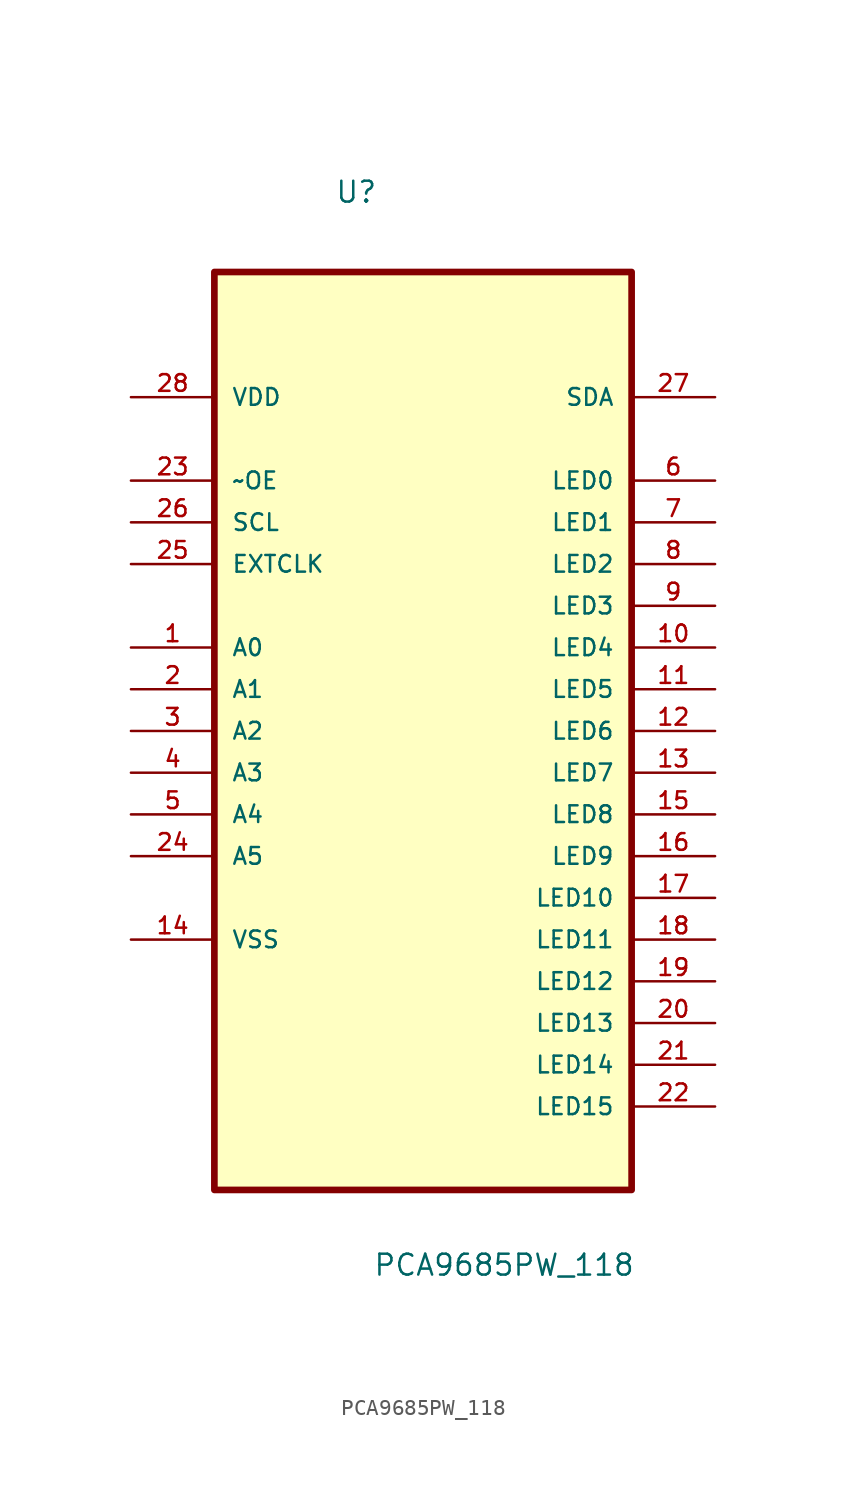
<source format=kicad_sym>
(kicad_symbol_lib
  (version 20211014)
  (generator kicad_symbol_editor)
  (symbol "PCA9685PW_118"
    (pin_names
      (offset 1.016))
    (property "Reference" "U"
      (at -5.375 29.523 0.0)
      (effects (font (size 1.27 1.27)) (justify bottom left)))
    (property "Value" "PCA9685PW_118"
      (at -3.053 -35.795 0.0)
      (effects (font (size 1.27 1.27)) (justify bottom left)))
    (symbol "PCA9685PW_118_0_0"
      (rectangle (start -12.7 -30.48) (end 12.7 25.4) (stroke (width 0.406)) (fill (type background)))
      (pin power_in line (at -17.78 17.78 0) (length 5.08) (name "VDD" (effects (font (size 1.016 1.016)))) (number "28" (effects (font (size 1.016 1.016)))))
      (pin input line (at -17.78 12.7 0) (length 5.08) (name "~OE" (effects (font (size 1.016 1.016)))) (number "23" (effects (font (size 1.016 1.016)))))
      (pin input line (at -17.78 10.16 0) (length 5.08) (name "SCL" (effects (font (size 1.016 1.016)))) (number "26" (effects (font (size 1.016 1.016)))))
      (pin input line (at -17.78 7.62 0) (length 5.08) (name "EXTCLK" (effects (font (size 1.016 1.016)))) (number "25" (effects (font (size 1.016 1.016)))))
      (pin input line (at -17.78 2.54 0) (length 5.08) (name "A0" (effects (font (size 1.016 1.016)))) (number "1" (effects (font (size 1.016 1.016)))))
      (pin input line (at -17.78 0.0 0) (length 5.08) (name "A1" (effects (font (size 1.016 1.016)))) (number "2" (effects (font (size 1.016 1.016)))))
      (pin input line (at -17.78 -2.54 0) (length 5.08) (name "A2" (effects (font (size 1.016 1.016)))) (number "3" (effects (font (size 1.016 1.016)))))
      (pin input line (at -17.78 -5.08 0) (length 5.08) (name "A3" (effects (font (size 1.016 1.016)))) (number "4" (effects (font (size 1.016 1.016)))))
      (pin input line (at -17.78 -7.62 0) (length 5.08) (name "A4" (effects (font (size 1.016 1.016)))) (number "5" (effects (font (size 1.016 1.016)))))
      (pin input line (at -17.78 -10.16 0) (length 5.08) (name "A5" (effects (font (size 1.016 1.016)))) (number "24" (effects (font (size 1.016 1.016)))))
      (pin passive line (at -17.78 -15.24 0) (length 5.08) (name "VSS" (effects (font (size 1.016 1.016)))) (number "14" (effects (font (size 1.016 1.016)))))
      (pin bidirectional line (at 17.78 17.78 180.0) (length 5.08) (name "SDA" (effects (font (size 1.016 1.016)))) (number "27" (effects (font (size 1.016 1.016)))))
      (pin output line (at 17.78 12.7 180.0) (length 5.08) (name "LED0" (effects (font (size 1.016 1.016)))) (number "6" (effects (font (size 1.016 1.016)))))
      (pin output line (at 17.78 10.16 180.0) (length 5.08) (name "LED1" (effects (font (size 1.016 1.016)))) (number "7" (effects (font (size 1.016 1.016)))))
      (pin output line (at 17.78 7.62 180.0) (length 5.08) (name "LED2" (effects (font (size 1.016 1.016)))) (number "8" (effects (font (size 1.016 1.016)))))
      (pin output line (at 17.78 5.08 180.0) (length 5.08) (name "LED3" (effects (font (size 1.016 1.016)))) (number "9" (effects (font (size 1.016 1.016)))))
      (pin output line (at 17.78 2.54 180.0) (length 5.08) (name "LED4" (effects (font (size 1.016 1.016)))) (number "10" (effects (font (size 1.016 1.016)))))
      (pin output line (at 17.78 0.0 180.0) (length 5.08) (name "LED5" (effects (font (size 1.016 1.016)))) (number "11" (effects (font (size 1.016 1.016)))))
      (pin output line (at 17.78 -2.54 180.0) (length 5.08) (name "LED6" (effects (font (size 1.016 1.016)))) (number "12" (effects (font (size 1.016 1.016)))))
      (pin output line (at 17.78 -5.08 180.0) (length 5.08) (name "LED7" (effects (font (size 1.016 1.016)))) (number "13" (effects (font (size 1.016 1.016)))))
      (pin output line (at 17.78 -7.62 180.0) (length 5.08) (name "LED8" (effects (font (size 1.016 1.016)))) (number "15" (effects (font (size 1.016 1.016)))))
      (pin output line (at 17.78 -10.16 180.0) (length 5.08) (name "LED9" (effects (font (size 1.016 1.016)))) (number "16" (effects (font (size 1.016 1.016)))))
      (pin output line (at 17.78 -12.7 180.0) (length 5.08) (name "LED10" (effects (font (size 1.016 1.016)))) (number "17" (effects (font (size 1.016 1.016)))))
      (pin output line (at 17.78 -15.24 180.0) (length 5.08) (name "LED11" (effects (font (size 1.016 1.016)))) (number "18" (effects (font (size 1.016 1.016)))))
      (pin output line (at 17.78 -17.78 180.0) (length 5.08) (name "LED12" (effects (font (size 1.016 1.016)))) (number "19" (effects (font (size 1.016 1.016)))))
      (pin output line (at 17.78 -20.32 180.0) (length 5.08) (name "LED13" (effects (font (size 1.016 1.016)))) (number "20" (effects (font (size 1.016 1.016)))))
      (pin output line (at 17.78 -22.86 180.0) (length 5.08) (name "LED14" (effects (font (size 1.016 1.016)))) (number "21" (effects (font (size 1.016 1.016)))))
      (pin output line (at 17.78 -25.4 180.0) (length 5.08) (name "LED15" (effects (font (size 1.016 1.016)))) (number "22" (effects (font (size 1.016 1.016))))))))
</source>
